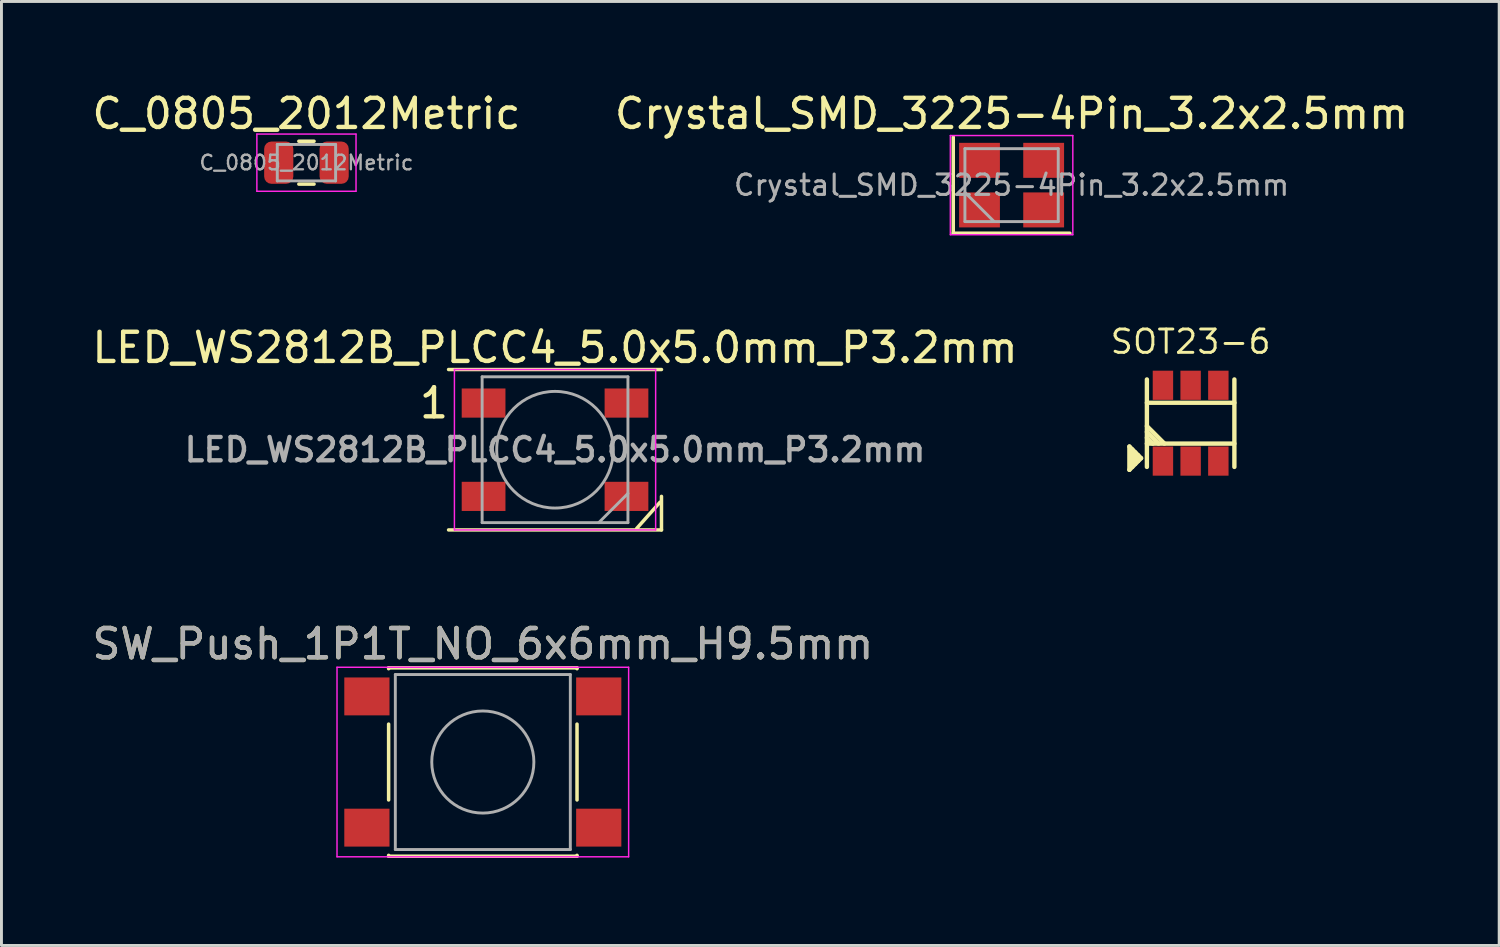
<source format=kicad_pcb>
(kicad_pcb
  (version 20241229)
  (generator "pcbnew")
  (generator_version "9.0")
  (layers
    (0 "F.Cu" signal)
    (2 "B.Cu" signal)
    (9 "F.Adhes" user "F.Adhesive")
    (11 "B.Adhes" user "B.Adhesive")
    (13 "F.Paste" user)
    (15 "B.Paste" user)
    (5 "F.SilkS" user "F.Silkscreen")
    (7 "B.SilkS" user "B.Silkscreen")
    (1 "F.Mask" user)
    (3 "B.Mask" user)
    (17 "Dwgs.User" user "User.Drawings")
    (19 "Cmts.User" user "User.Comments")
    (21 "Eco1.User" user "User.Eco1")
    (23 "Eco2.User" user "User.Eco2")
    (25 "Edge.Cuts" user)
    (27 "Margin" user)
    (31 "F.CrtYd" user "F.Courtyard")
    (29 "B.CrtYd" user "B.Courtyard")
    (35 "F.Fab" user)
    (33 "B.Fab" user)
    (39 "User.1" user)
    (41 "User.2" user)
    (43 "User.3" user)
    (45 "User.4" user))
  (footprint "SOT23-6"
    (layer "F.Cu")
    (at 37.777 11.461)
    (property "Reference" "SOT23-6" (at 0 -2.794 0) (layer "F.SilkS") (effects (font (size 0.8 0.8) (thickness 0.1))))
    (attr smd)
    (fp_line (start -2.1 0.8) (end -2.1 1.6) (stroke (width 0.15) (type solid)) (layer "F.SilkS"))
    (fp_line (start -2.1 1.6) (end -1.7 1.2) (stroke (width 0.15) (type solid)) (layer "F.SilkS"))
    (fp_line (start -2 0.9) (end -2 1.5) (stroke (width 0.15) (type solid)) (layer "F.SilkS"))
    (fp_line (start -1.9 1.4) (end -1.9 1) (stroke (width 0.15) (type solid)) (layer "F.SilkS"))
    (fp_line (start -1.8 1.1) (end -1.8 1.3) (stroke (width 0.15) (type solid)) (layer "F.SilkS"))
    (fp_line (start -1.7 1.2) (end -2.1 0.8) (stroke (width 0.15) (type solid)) (layer "F.SilkS"))
    (fp_line (start -1.5 -0.7) (end 1.5 -0.7) (stroke (width 0.15) (type solid)) (layer "F.SilkS"))
    (fp_line (start -1.5 0.1) (end -0.9 0.7) (stroke (width 0.15) (type solid)) (layer "F.SilkS"))
    (fp_line (start -1.5 0.5) (end -1.3 0.7) (stroke (width 0.15) (type solid)) (layer "F.SilkS"))
    (fp_line (start -1.5 1.5) (end -1.5 -1.5) (stroke (width 0.15) (type solid)) (layer "F.SilkS"))
    (fp_line (start -1.1 0.7) (end -1.5 0.3) (stroke (width 0.15) (type solid)) (layer "F.SilkS"))
    (fp_line (start 1.5 -1.5) (end 1.5 1.5) (stroke (width 0.15) (type solid)) (layer "F.SilkS"))
    (fp_line (start 1.5 0.7) (end -1.5 0.7) (stroke (width 0.15) (type solid)) (layer "F.SilkS"))
    (pad "1" smd rect (at -0.95 1.3) (size 0.7 1) (layers "F.Cu" "F.Mask" "F.Paste"))
    (pad "2" smd rect (at 0 1.3) (size 0.7 1) (layers "F.Cu" "F.Mask" "F.Paste"))
    (pad "3" smd rect (at 0.95 1.3) (size 0.7 1) (layers "F.Cu" "F.Mask" "F.Paste"))
    (pad "4" smd rect (at 0.95 -1.3) (size 0.7 1) (layers "F.Cu" "F.Mask" "F.Paste"))
    (pad "5" smd rect (at 0 -1.3) (size 0.7 1) (layers "F.Cu" "F.Mask" "F.Paste"))
    (pad "6" smd rect (at -0.95 -1.3) (size 0.7 1) (layers "F.Cu" "F.Mask" "F.Paste")))
  (footprint "LED_WS2812B_PLCC4_5.0x5.0mm_P3.2mm"
    (layer "F.Cu")
    (at 15.982 12.371)
    (property "Reference" "LED_WS2812B_PLCC4_5.0x5.0mm_P3.2mm" (at 0 -3.5 0) (layer "F.SilkS") (effects (font (size 1 1) (thickness 0.15))))
    (attr smd)
    (fp_line (start -3.65 -2.75) (end 3.65 -2.75) (stroke (width 0.12) (type solid)) (layer "F.SilkS"))
    (fp_line (start -3.65 2.75) (end 3.65 2.75) (stroke (width 0.12) (type solid)) (layer "F.SilkS"))
    (fp_line (start 3.6 1.8) (end 2.8 2.7) (stroke (width 0.12) (type solid)) (layer "F.SilkS"))
    (fp_line (start 3.65 2.75) (end 3.65 1.6) (stroke (width 0.12) (type solid)) (layer "F.SilkS"))
    (fp_line (start -3.45 -2.75) (end -3.45 2.75) (stroke (width 0.05) (type solid)) (layer "F.CrtYd"))
    (fp_line (start -3.45 2.75) (end 3.45 2.75) (stroke (width 0.05) (type solid)) (layer "F.CrtYd"))
    (fp_line (start 3.45 -2.75) (end -3.45 -2.75) (stroke (width 0.05) (type solid)) (layer "F.CrtYd"))
    (fp_line (start 3.45 2.75) (end 3.45 -2.75) (stroke (width 0.05) (type solid)) (layer "F.CrtYd"))
    (fp_line (start -2.5 -2.5) (end -2.5 2.5) (stroke (width 0.1) (type solid)) (layer "F.Fab"))
    (fp_line (start -2.5 2.5) (end 2.5 2.5) (stroke (width 0.1) (type solid)) (layer "F.Fab"))
    (fp_line (start 2.5 -2.5) (end -2.5 -2.5) (stroke (width 0.1) (type solid)) (layer "F.Fab"))
    (fp_line (start 2.5 1.5) (end 1.5 2.5) (stroke (width 0.1) (type solid)) (layer "F.Fab"))
    (fp_line (start 2.5 2.5) (end 2.5 -2.5) (stroke (width 0.1) (type solid)) (layer "F.Fab"))
    (fp_circle (center 0 0) (end 0 -2) (stroke (width 0.1) (type solid)) (fill no) (layer "F.Fab"))
    (fp_text user "1" (at -4.15 -1.6 0) (layer "F.SilkS") (effects (font (size 1 1) (thickness 0.15))))
    (fp_text user "${REFERENCE}" (at 0 0 0) (layer "F.Fab") (effects (font (size 0.8 0.8) (thickness 0.15))))
    (pad "1" smd rect (at -2.45 -1.6) (size 1.5 1) (layers "F.Cu" "F.Mask" "F.Paste"))
    (pad "2" smd rect (at -2.45 1.6) (size 1.5 1) (layers "F.Cu" "F.Mask" "F.Paste"))
    (pad "3" smd rect (at 2.45 1.6) (size 1.5 1) (layers "F.Cu" "F.Mask" "F.Paste"))
    (pad "4" smd rect (at 2.45 -1.6) (size 1.5 1) (layers "F.Cu" "F.Mask" "F.Paste")))
  (footprint "SW_Push_1P1T_NO_6x6mm_H9.5mm"
    (layer "F.Cu")
    (at 13.506 23.08)
    (property "Reference" "SW_Push_1P1T_NO_6x6mm_H9.5mm" (at 0 -4.05 0) (layer "F.SilkS") (effects (font (size 1 1) (thickness 0.15))))
    (attr smd)
    (fp_line (start -3.23 -3.23) (end 3.23 -3.23) (stroke (width 0.12) (type solid)) (layer "F.SilkS"))
    (fp_line (start -3.23 -3.2) (end -3.23 -3.23) (stroke (width 0.12) (type solid)) (layer "F.SilkS"))
    (fp_line (start -3.23 -1.3) (end -3.23 1.3) (stroke (width 0.12) (type solid)) (layer "F.SilkS"))
    (fp_line (start -3.23 3.23) (end -3.23 3.2) (stroke (width 0.12) (type solid)) (layer "F.SilkS"))
    (fp_line (start -3.23 3.23) (end 3.23 3.23) (stroke (width 0.12) (type solid)) (layer "F.SilkS"))
    (fp_line (start 3.23 -3.23) (end 3.23 -3.2) (stroke (width 0.12) (type solid)) (layer "F.SilkS"))
    (fp_line (start 3.23 -1.3) (end 3.23 1.3) (stroke (width 0.12) (type solid)) (layer "F.SilkS"))
    (fp_line (start 3.23 3.23) (end 3.23 3.2) (stroke (width 0.12) (type solid)) (layer "F.SilkS"))
    (fp_line (start -5 -3.25) (end -5 3.25) (stroke (width 0.05) (type solid)) (layer "F.CrtYd"))
    (fp_line (start -5 -3.25) (end 5 -3.25) (stroke (width 0.05) (type solid)) (layer "F.CrtYd"))
    (fp_line (start -5 3.25) (end 5 3.25) (stroke (width 0.05) (type solid)) (layer "F.CrtYd"))
    (fp_line (start 5 3.25) (end 5 -3.25) (stroke (width 0.05) (type solid)) (layer "F.CrtYd"))
    (fp_line (start -3 -3) (end -3 3) (stroke (width 0.1) (type solid)) (layer "F.Fab"))
    (fp_line (start -3 3) (end 3 3) (stroke (width 0.1) (type solid)) (layer "F.Fab"))
    (fp_line (start 3 -3) (end -3 -3) (stroke (width 0.1) (type solid)) (layer "F.Fab"))
    (fp_line (start 3 3) (end 3 -3) (stroke (width 0.1) (type solid)) (layer "F.Fab"))
    (fp_circle (center 0 0) (end 1.75 -0.05) (stroke (width 0.1) (type solid)) (fill no) (layer "F.Fab"))
    (fp_text user "${REFERENCE}" (at 0 -4.05 0) (layer "F.Fab") (effects (font (size 1 1) (thickness 0.15))))
    (pad "1" smd rect (at -3.975 -2.25) (size 1.55 1.3) (layers "F.Cu" "F.Mask" "F.Paste"))
    (pad "1" smd rect (at 3.975 -2.25) (size 1.55 1.3) (layers "F.Cu" "F.Mask" "F.Paste"))
    (pad "2" smd rect (at -3.975 2.25) (size 1.55 1.3) (layers "F.Cu" "F.Mask" "F.Paste"))
    (pad "2" smd rect (at 3.975 2.25) (size 1.55 1.3) (layers "F.Cu" "F.Mask" "F.Paste")))
  (footprint "C_0805_2012Metric"
    (layer "F.Cu")
    (at 7.458 2.528)
    (property "Reference" "C_0805_2012Metric" (at 0 -1.68 0) (layer "F.SilkS") (effects (font (size 1 1) (thickness 0.15))))
    (attr smd)
    (fp_line (start -0.261 -0.735) (end 0.261 -0.735) (stroke (width 0.12) (type solid)) (layer "F.SilkS"))
    (fp_line (start -0.261 0.735) (end 0.261 0.735) (stroke (width 0.12) (type solid)) (layer "F.SilkS"))
    (fp_line (start -1.7 -0.98) (end 1.7 -0.98) (stroke (width 0.05) (type solid)) (layer "F.CrtYd"))
    (fp_line (start -1.7 0.98) (end -1.7 -0.98) (stroke (width 0.05) (type solid)) (layer "F.CrtYd"))
    (fp_line (start 1.7 -0.98) (end 1.7 0.98) (stroke (width 0.05) (type solid)) (layer "F.CrtYd"))
    (fp_line (start 1.7 0.98) (end -1.7 0.98) (stroke (width 0.05) (type solid)) (layer "F.CrtYd"))
    (fp_line (start -1 -0.625) (end 1 -0.625) (stroke (width 0.1) (type solid)) (layer "F.Fab"))
    (fp_line (start -1 0.625) (end -1 -0.625) (stroke (width 0.1) (type solid)) (layer "F.Fab"))
    (fp_line (start 1 -0.625) (end 1 0.625) (stroke (width 0.1) (type solid)) (layer "F.Fab"))
    (fp_line (start 1 0.625) (end -1 0.625) (stroke (width 0.1) (type solid)) (layer "F.Fab"))
    (fp_text user "${REFERENCE}" (at 0 0 0) (layer "F.Fab") (effects (font (size 0.5 0.5) (thickness 0.08))))
    (pad "1" smd roundrect (at -0.95 0) (size 1 1.45) (layers "F.Cu" "F.Mask" "F.Paste") (roundrect_rratio 0.25))
    (pad "2" smd roundrect (at 0.95 0) (size 1 1.45) (layers "F.Cu" "F.Mask" "F.Paste") (roundrect_rratio 0.25)))
  (footprint "Crystal_SMD_3225-4Pin_3.2x2.5mm"
    (layer "F.Cu")
    (at 31.637 3.298)
    (property "Reference" "Crystal_SMD_3225-4Pin_3.2x2.5mm" (at 0 -2.45 0) (layer "F.SilkS") (effects (font (size 1 1) (thickness 0.15))))
    (attr smd)
    (fp_line (start -2 -1.65) (end -2 1.65) (stroke (width 0.12) (type solid)) (layer "F.SilkS"))
    (fp_line (start -2 1.65) (end 2 1.65) (stroke (width 0.12) (type solid)) (layer "F.SilkS"))
    (fp_line (start -2.1 -1.7) (end -2.1 1.7) (stroke (width 0.05) (type solid)) (layer "F.CrtYd"))
    (fp_line (start -2.1 1.7) (end 2.1 1.7) (stroke (width 0.05) (type solid)) (layer "F.CrtYd"))
    (fp_line (start 2.1 -1.7) (end -2.1 -1.7) (stroke (width 0.05) (type solid)) (layer "F.CrtYd"))
    (fp_line (start 2.1 1.7) (end 2.1 -1.7) (stroke (width 0.05) (type solid)) (layer "F.CrtYd"))
    (fp_line (start -1.6 -1.25) (end -1.6 1.25) (stroke (width 0.1) (type solid)) (layer "F.Fab"))
    (fp_line (start -1.6 0.25) (end -0.6 1.25) (stroke (width 0.1) (type solid)) (layer "F.Fab"))
    (fp_line (start -1.6 1.25) (end 1.6 1.25) (stroke (width 0.1) (type solid)) (layer "F.Fab"))
    (fp_line (start 1.6 -1.25) (end -1.6 -1.25) (stroke (width 0.1) (type solid)) (layer "F.Fab"))
    (fp_line (start 1.6 1.25) (end 1.6 -1.25) (stroke (width 0.1) (type solid)) (layer "F.Fab"))
    (fp_text user "${REFERENCE}" (at 0 0 0) (layer "F.Fab") (effects (font (size 0.7 0.7) (thickness 0.105))))
    (pad "1" smd rect (at -1.1 0.85) (size 1.4 1.2) (layers "F.Cu" "F.Mask" "F.Paste"))
    (pad "3" smd rect (at 1.1 -0.85) (size 1.4 1.2) (layers "F.Cu" "F.Mask" "F.Paste"))
    (pad "GND" smd rect (at -1.1 -0.85) (size 1.4 1.2) (layers "F.Cu" "F.Mask" "F.Paste"))
    (pad "GND" smd rect (at 1.1 0.85) (size 1.4 1.2) (layers "F.Cu" "F.Mask" "F.Paste")))
  (gr_rect
    (start -3 -3)
    (end 48.357 29.37)
    (stroke (width 0.1) (type default))
    (fill no)
    (layer "Edge.Cuts")))
</source>
